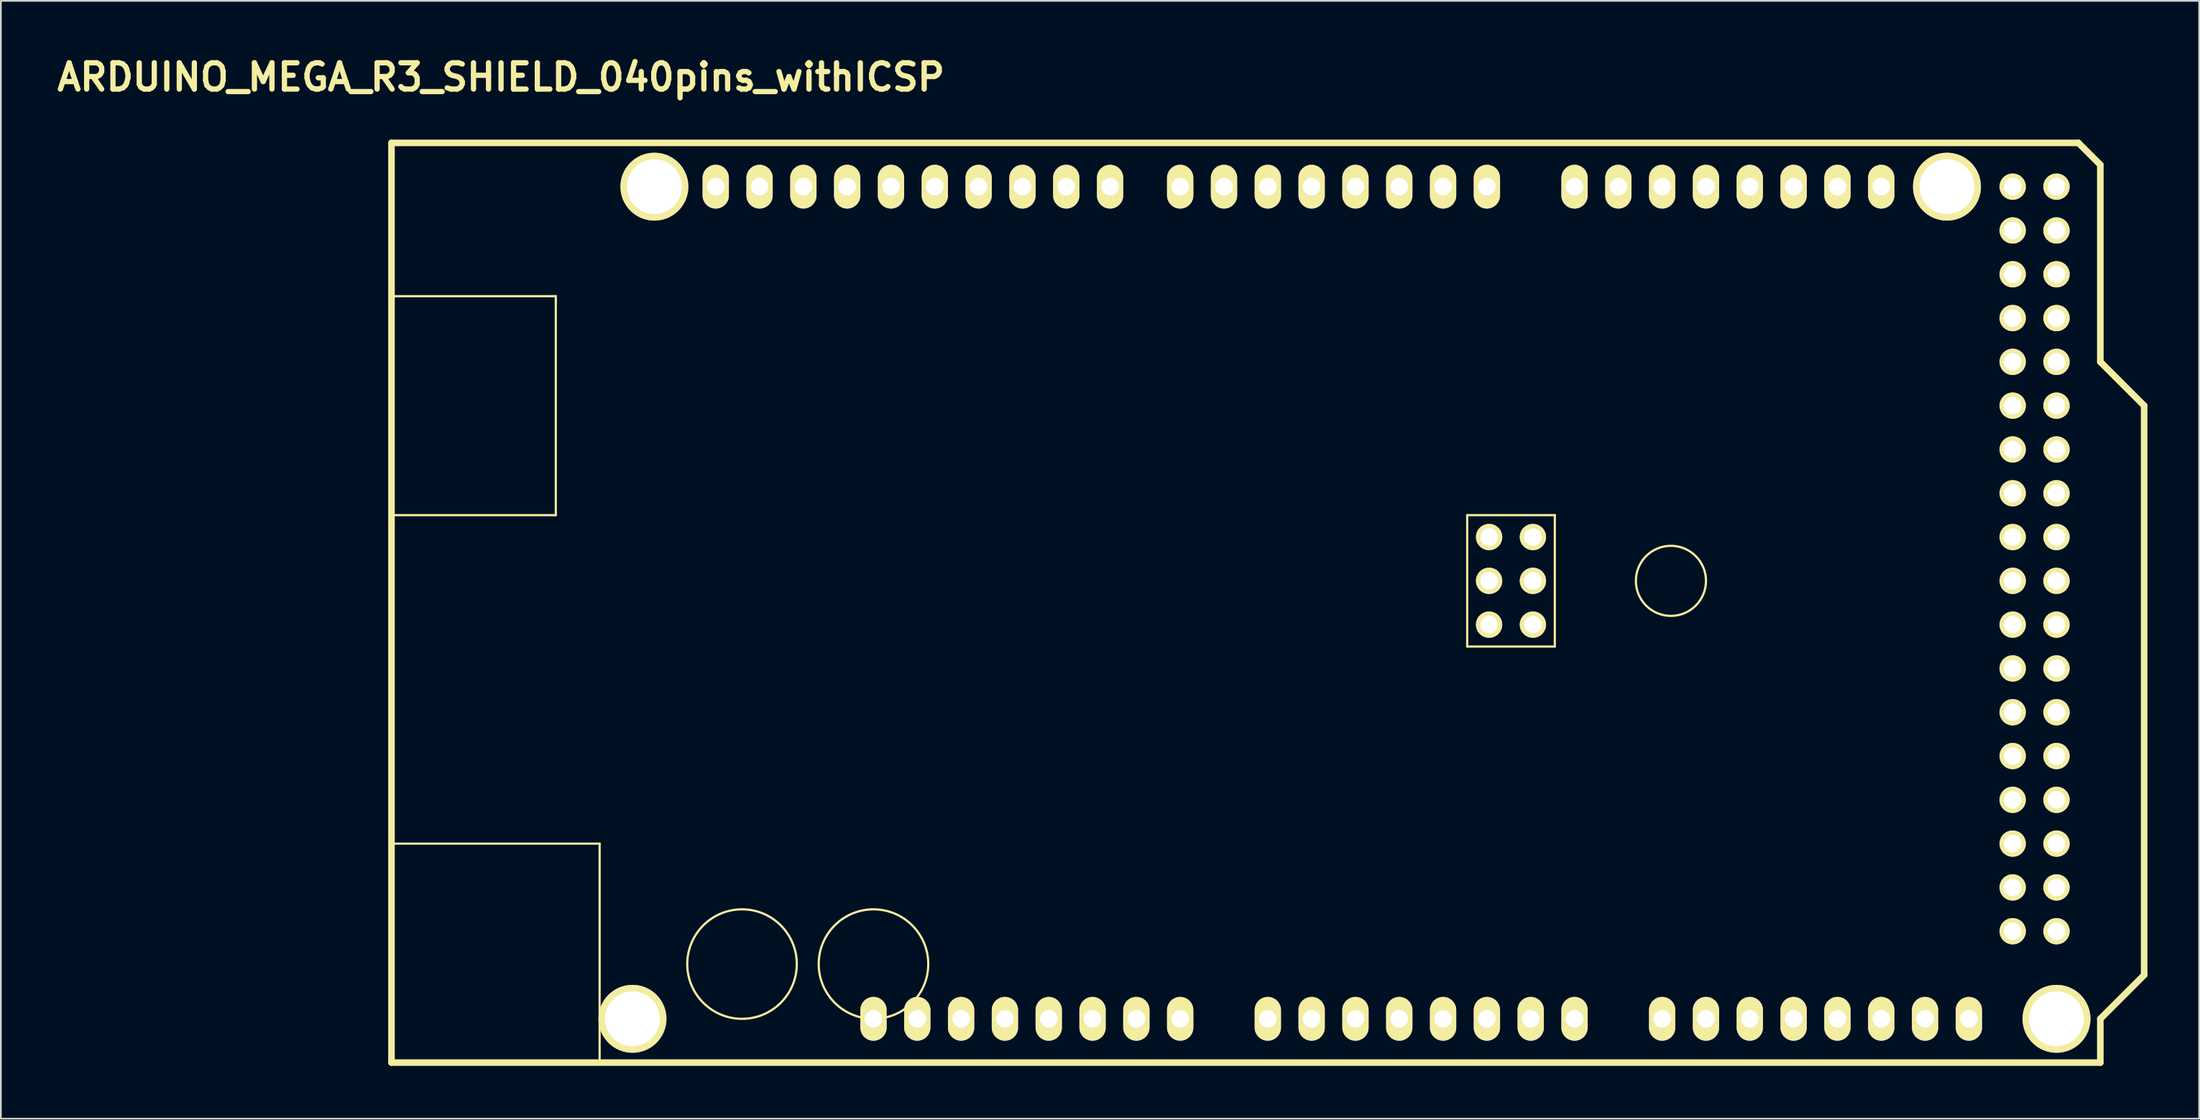
<source format=kicad_pcb>
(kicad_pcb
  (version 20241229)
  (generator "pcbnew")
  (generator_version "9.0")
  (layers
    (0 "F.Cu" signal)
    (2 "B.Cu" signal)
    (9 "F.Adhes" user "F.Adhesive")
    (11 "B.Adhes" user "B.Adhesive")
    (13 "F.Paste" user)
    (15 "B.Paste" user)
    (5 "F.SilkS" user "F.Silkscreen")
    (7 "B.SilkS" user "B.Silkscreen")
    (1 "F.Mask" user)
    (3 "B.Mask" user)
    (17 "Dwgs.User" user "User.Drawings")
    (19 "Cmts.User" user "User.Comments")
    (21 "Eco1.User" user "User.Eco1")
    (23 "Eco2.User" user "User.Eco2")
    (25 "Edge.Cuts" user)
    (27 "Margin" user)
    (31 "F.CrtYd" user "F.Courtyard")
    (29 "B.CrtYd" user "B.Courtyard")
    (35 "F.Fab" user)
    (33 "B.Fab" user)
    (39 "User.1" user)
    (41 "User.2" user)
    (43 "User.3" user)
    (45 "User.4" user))
  (footprint "ARDUINO_MEGA_R3_SHIELD_040pins_withICSP"
    (layer "F.Cu")
    (at 19.645 58.576)
    (property "Reference" "ARDUINO_MEGA_R3_SHIELD_040pins_withICSP" (at 6.35 -57.15 0) (layer "F.SilkS") (effects (font (size 1.524 1.524) (thickness 0.305))))
    (attr through_hole)
    (fp_line (start 0 -44.45) (end 9.525 -44.45) (stroke (width 0.127) (type solid)) (layer "F.SilkS"))
    (fp_line (start 0 -12.7) (end 12.065 -12.7) (stroke (width 0.127) (type solid)) (layer "F.SilkS"))
    (fp_line (start 0 0) (end 0 -53.34) (stroke (width 0.381) (type solid)) (layer "F.SilkS"))
    (fp_line (start 9.525 -44.45) (end 9.525 -31.75) (stroke (width 0.127) (type solid)) (layer "F.SilkS"))
    (fp_line (start 9.525 -31.75) (end 0 -31.75) (stroke (width 0.127) (type solid)) (layer "F.SilkS"))
    (fp_line (start 12.065 -12.7) (end 12.065 0) (stroke (width 0.127) (type solid)) (layer "F.SilkS"))
    (fp_line (start 62.357 -31.75) (end 62.357 -24.13) (stroke (width 0.127) (type solid)) (layer "F.SilkS"))
    (fp_line (start 62.357 -24.13) (end 67.437 -24.13) (stroke (width 0.127) (type solid)) (layer "F.SilkS"))
    (fp_line (start 67.437 -31.75) (end 62.357 -31.75) (stroke (width 0.127) (type solid)) (layer "F.SilkS"))
    (fp_line (start 67.437 -24.13) (end 67.437 -31.75) (stroke (width 0.127) (type solid)) (layer "F.SilkS"))
    (fp_line (start 97.79 -53.34) (end 0 -53.34) (stroke (width 0.381) (type solid)) (layer "F.SilkS"))
    (fp_line (start 99.06 -52.07) (end 97.79 -53.34) (stroke (width 0.381) (type solid)) (layer "F.SilkS"))
    (fp_line (start 99.06 -40.64) (end 99.06 -52.07) (stroke (width 0.381) (type solid)) (layer "F.SilkS"))
    (fp_line (start 99.06 -40.64) (end 101.6 -38.1) (stroke (width 0.381) (type solid)) (layer "F.SilkS"))
    (fp_line (start 99.06 -2.54) (end 99.06 0) (stroke (width 0.381) (type solid)) (layer "F.SilkS"))
    (fp_line (start 99.06 0) (end 0 0) (stroke (width 0.381) (type solid)) (layer "F.SilkS"))
    (fp_line (start 101.6 -38.1) (end 101.6 -5.08) (stroke (width 0.381) (type solid)) (layer "F.SilkS"))
    (fp_line (start 101.6 -5.08) (end 99.06 -2.54) (stroke (width 0.381) (type solid)) (layer "F.SilkS"))
    (fp_circle (center 20.32 -5.715) (end 23.495 -5.715) (stroke (width 0.127) (type solid)) (fill no) (layer "F.SilkS"))
    (fp_circle (center 27.94 -5.715) (end 31.115 -5.715) (stroke (width 0.127) (type solid)) (fill no) (layer "F.SilkS"))
    (fp_circle (center 74.168 -27.94) (end 76.2 -27.94) (stroke (width 0.127) (type solid)) (fill no) (layer "F.SilkS"))
    (pad "" thru_hole circle (at 13.97 -2.54 90) (size 3.937 3.937) (drill 3.175) (layers "*.Cu" "*.Mask" "F.SilkS"))
    (pad "" thru_hole circle (at 15.24 -50.8 90) (size 3.937 3.937) (drill 3.175) (layers "*.Cu" "*.Mask" "F.SilkS"))
    (pad "" thru_hole circle (at 90.17 -50.8 90) (size 3.937 3.937) (drill 3.175) (layers "*.Cu" "*.Mask" "F.SilkS"))
    (pad "" thru_hole circle (at 96.52 -2.54 90) (size 3.937 3.937) (drill 3.175) (layers "*.Cu" "*.Mask" "F.SilkS"))
    (pad "0" thru_hole oval (at 63.5 -50.8 90) (size 2.54 1.524) (drill 1.016) (layers "*.Cu" "*.Mask" "F.SilkS"))
    (pad "1" thru_hole oval (at 60.96 -50.8 90) (size 2.54 1.524) (drill 1.016) (layers "*.Cu" "*.Mask" "F.SilkS"))
    (pad "2" thru_hole oval (at 58.42 -50.8 90) (size 2.54 1.524) (drill 1.016) (layers "*.Cu" "*.Mask" "F.SilkS"))
    (pad "3" thru_hole oval (at 55.88 -50.8 90) (size 2.54 1.524) (drill 1.016) (layers "*.Cu" "*.Mask" "F.SilkS"))
    (pad "3V3" thru_hole oval (at 35.56 -2.54 90) (size 2.54 1.524) (drill 1.016) (layers "*.Cu" "*.Mask" "F.SilkS"))
    (pad "4" thru_hole oval (at 53.34 -50.8 90) (size 2.54 1.524) (drill 1.016) (layers "*.Cu" "*.Mask" "F.SilkS"))
    (pad "5" thru_hole oval (at 50.8 -50.8 90) (size 2.54 1.524) (drill 1.016) (layers "*.Cu" "*.Mask" "F.SilkS"))
    (pad "5V_1" thru_hole circle (at 93.98 -50.8) (size 1.524 1.524) (drill 1.016) (layers "*.Cu" "*.Mask" "F.SilkS"))
    (pad "5V_2" thru_hole circle (at 96.52 -50.8) (size 1.524 1.524) (drill 1.016) (layers "*.Cu" "*.Mask" "F.SilkS"))
    (pad "5V_3" thru_hole oval (at 38.1 -2.54 90) (size 2.54 1.524) (drill 1.016) (layers "*.Cu" "*.Mask" "F.SilkS"))
    (pad "6" thru_hole oval (at 48.26 -50.8 90) (size 2.54 1.524) (drill 1.016) (layers "*.Cu" "*.Mask" "F.SilkS"))
    (pad "7" thru_hole oval (at 45.72 -50.8 90) (size 2.54 1.524) (drill 1.016) (layers "*.Cu" "*.Mask" "F.SilkS"))
    (pad "8" thru_hole oval (at 41.656 -50.8 90) (size 2.54 1.524) (drill 1.016) (layers "*.Cu" "*.Mask" "F.SilkS"))
    (pad "9" thru_hole oval (at 39.116 -50.8 90) (size 2.54 1.524) (drill 1.016) (layers "*.Cu" "*.Mask" "F.SilkS"))
    (pad "10" thru_hole oval (at 36.576 -50.8 90) (size 2.54 1.524) (drill 1.016) (layers "*.Cu" "*.Mask" "F.SilkS"))
    (pad "11" thru_hole oval (at 34.036 -50.8 90) (size 2.54 1.524) (drill 1.016) (layers "*.Cu" "*.Mask" "F.SilkS"))
    (pad "12" thru_hole oval (at 31.496 -50.8 90) (size 2.54 1.524) (drill 1.016) (layers "*.Cu" "*.Mask" "F.SilkS"))
    (pad "13" thru_hole oval (at 28.956 -50.8 90) (size 2.54 1.524) (drill 1.016) (layers "*.Cu" "*.Mask" "F.SilkS"))
    (pad "14" thru_hole oval (at 68.58 -50.8 90) (size 2.54 1.524) (drill 1.016) (layers "*.Cu" "*.Mask" "F.SilkS"))
    (pad "15" thru_hole oval (at 71.12 -50.8 90) (size 2.54 1.524) (drill 1.016) (layers "*.Cu" "*.Mask" "F.SilkS"))
    (pad "16" thru_hole oval (at 73.66 -50.8 90) (size 2.54 1.524) (drill 1.016) (layers "*.Cu" "*.Mask" "F.SilkS"))
    (pad "17" thru_hole oval (at 76.2 -50.8 90) (size 2.54 1.524) (drill 1.016) (layers "*.Cu" "*.Mask" "F.SilkS"))
    (pad "18" thru_hole oval (at 78.74 -50.8 90) (size 2.54 1.524) (drill 1.016) (layers "*.Cu" "*.Mask" "F.SilkS"))
    (pad "19" thru_hole oval (at 81.28 -50.8 90) (size 2.54 1.524) (drill 1.016) (layers "*.Cu" "*.Mask" "F.SilkS"))
    (pad "20" thru_hole oval (at 83.82 -50.8 90) (size 2.54 1.524) (drill 1.016) (layers "*.Cu" "*.Mask" "F.SilkS"))
    (pad "21" thru_hole oval (at 86.36 -50.8 90) (size 2.54 1.524) (drill 1.016) (layers "*.Cu" "*.Mask" "F.SilkS"))
    (pad "22" thru_hole circle (at 93.98 -48.26) (size 1.524 1.524) (drill 1.016) (layers "*.Cu" "*.Mask" "F.SilkS"))
    (pad "23" thru_hole circle (at 96.52 -48.26) (size 1.524 1.524) (drill 1.016) (layers "*.Cu" "*.Mask" "F.SilkS"))
    (pad "24" thru_hole circle (at 93.98 -45.72) (size 1.524 1.524) (drill 1.016) (layers "*.Cu" "*.Mask" "F.SilkS"))
    (pad "25" thru_hole circle (at 96.52 -45.72) (size 1.524 1.524) (drill 1.016) (layers "*.Cu" "*.Mask" "F.SilkS"))
    (pad "26" thru_hole circle (at 93.98 -43.18) (size 1.524 1.524) (drill 1.016) (layers "*.Cu" "*.Mask" "F.SilkS"))
    (pad "27" thru_hole circle (at 96.52 -43.18) (size 1.524 1.524) (drill 1.016) (layers "*.Cu" "*.Mask" "F.SilkS"))
    (pad "28" thru_hole circle (at 93.98 -40.64) (size 1.524 1.524) (drill 1.016) (layers "*.Cu" "*.Mask" "F.SilkS"))
    (pad "29" thru_hole circle (at 96.52 -40.64) (size 1.524 1.524) (drill 1.016) (layers "*.Cu" "*.Mask" "F.SilkS"))
    (pad "30" thru_hole circle (at 93.98 -38.1) (size 1.524 1.524) (drill 1.016) (layers "*.Cu" "*.Mask" "F.SilkS"))
    (pad "31" thru_hole circle (at 96.52 -38.1) (size 1.524 1.524) (drill 1.016) (layers "*.Cu" "*.Mask" "F.SilkS"))
    (pad "32" thru_hole circle (at 93.98 -35.56) (size 1.524 1.524) (drill 1.016) (layers "*.Cu" "*.Mask" "F.SilkS"))
    (pad "33" thru_hole circle (at 96.52 -35.56) (size 1.524 1.524) (drill 1.016) (layers "*.Cu" "*.Mask" "F.SilkS"))
    (pad "34" thru_hole circle (at 93.98 -33.02) (size 1.524 1.524) (drill 1.016) (layers "*.Cu" "*.Mask" "F.SilkS"))
    (pad "35" thru_hole circle (at 96.52 -33.02) (size 1.524 1.524) (drill 1.016) (layers "*.Cu" "*.Mask" "F.SilkS"))
    (pad "36" thru_hole circle (at 93.98 -30.48) (size 1.524 1.524) (drill 1.016) (layers "*.Cu" "*.Mask" "F.SilkS"))
    (pad "37" thru_hole circle (at 96.52 -30.48) (size 1.524 1.524) (drill 1.016) (layers "*.Cu" "*.Mask" "F.SilkS"))
    (pad "38" thru_hole circle (at 93.98 -27.94) (size 1.524 1.524) (drill 1.016) (layers "*.Cu" "*.Mask" "F.SilkS"))
    (pad "39" thru_hole circle (at 96.52 -27.94) (size 1.524 1.524) (drill 1.016) (layers "*.Cu" "*.Mask" "F.SilkS"))
    (pad "40" thru_hole circle (at 93.98 -25.4) (size 1.524 1.524) (drill 1.016) (layers "*.Cu" "*.Mask" "F.SilkS"))
    (pad "41" thru_hole circle (at 96.52 -25.4) (size 1.524 1.524) (drill 1.016) (layers "*.Cu" "*.Mask" "F.SilkS"))
    (pad "42" thru_hole circle (at 93.98 -22.86) (size 1.524 1.524) (drill 1.016) (layers "*.Cu" "*.Mask" "F.SilkS"))
    (pad "43" thru_hole circle (at 96.52 -22.86) (size 1.524 1.524) (drill 1.016) (layers "*.Cu" "*.Mask" "F.SilkS"))
    (pad "44" thru_hole circle (at 93.98 -20.32) (size 1.524 1.524) (drill 1.016) (layers "*.Cu" "*.Mask" "F.SilkS"))
    (pad "45" thru_hole circle (at 96.52 -20.32) (size 1.524 1.524) (drill 1.016) (layers "*.Cu" "*.Mask" "F.SilkS"))
    (pad "46" thru_hole circle (at 93.98 -17.78) (size 1.524 1.524) (drill 1.016) (layers "*.Cu" "*.Mask" "F.SilkS"))
    (pad "47" thru_hole circle (at 96.52 -17.78) (size 1.524 1.524) (drill 1.016) (layers "*.Cu" "*.Mask" "F.SilkS"))
    (pad "48" thru_hole circle (at 93.98 -15.24) (size 1.524 1.524) (drill 1.016) (layers "*.Cu" "*.Mask" "F.SilkS"))
    (pad "49" thru_hole circle (at 96.52 -15.24) (size 1.524 1.524) (drill 1.016) (layers "*.Cu" "*.Mask" "F.SilkS"))
    (pad "50" thru_hole circle (at 93.98 -12.7) (size 1.524 1.524) (drill 1.016) (layers "*.Cu" "*.Mask" "F.SilkS"))
    (pad "51" thru_hole circle (at 96.52 -12.7) (size 1.524 1.524) (drill 1.016) (layers "*.Cu" "*.Mask" "F.SilkS"))
    (pad "52" thru_hole circle (at 93.98 -10.16) (size 1.524 1.524) (drill 1.016) (layers "*.Cu" "*.Mask" "F.SilkS"))
    (pad "53" thru_hole circle (at 96.52 -10.16) (size 1.524 1.524) (drill 1.016) (layers "*.Cu" "*.Mask" "F.SilkS"))
    (pad "61" thru_hole circle (at 66.167 -25.4) (size 1.524 1.524) (drill 1.016) (layers "*.Cu" "*.Mask" "F.SilkS"))
    (pad "62" thru_hole circle (at 66.167 -27.94) (size 1.524 1.524) (drill 1.016) (layers "*.Cu" "*.Mask" "F.SilkS"))
    (pad "63" thru_hole circle (at 66.167 -30.48) (size 1.524 1.524) (drill 1.016) (layers "*.Cu" "*.Mask" "F.SilkS"))
    (pad "64" thru_hole circle (at 63.627 -25.4) (size 1.524 1.524) (drill 1.016) (layers "*.Cu" "*.Mask" "F.SilkS"))
    (pad "65" thru_hole circle (at 63.627 -27.94) (size 1.524 1.524) (drill 1.016) (layers "*.Cu" "*.Mask" "F.SilkS"))
    (pad "66" thru_hole circle (at 63.627 -30.48) (size 1.524 1.524) (drill 1.016) (layers "*.Cu" "*.Mask" "F.SilkS"))
    (pad "A0" thru_hole oval (at 50.8 -2.54 90) (size 2.54 1.524) (drill 1.016) (layers "*.Cu" "*.Mask" "F.SilkS"))
    (pad "A1" thru_hole oval (at 53.34 -2.54 90) (size 2.54 1.524) (drill 1.016) (layers "*.Cu" "*.Mask" "F.SilkS"))
    (pad "A2" thru_hole oval (at 55.88 -2.54 90) (size 2.54 1.524) (drill 1.016) (layers "*.Cu" "*.Mask" "F.SilkS"))
    (pad "A3" thru_hole oval (at 58.42 -2.54 90) (size 2.54 1.524) (drill 1.016) (layers "*.Cu" "*.Mask" "F.SilkS"))
    (pad "A4" thru_hole oval (at 60.96 -2.54 90) (size 2.54 1.524) (drill 1.016) (layers "*.Cu" "*.Mask" "F.SilkS"))
    (pad "A5" thru_hole oval (at 63.5 -2.54 90) (size 2.54 1.524) (drill 1.016) (layers "*.Cu" "*.Mask" "F.SilkS"))
    (pad "A6" thru_hole oval (at 66.04 -2.54 90) (size 2.54 1.524) (drill 1.016) (layers "*.Cu" "*.Mask" "F.SilkS"))
    (pad "A7" thru_hole oval (at 68.58 -2.54 90) (size 2.54 1.524) (drill 1.016) (layers "*.Cu" "*.Mask" "F.SilkS"))
    (pad "A8" thru_hole oval (at 73.66 -2.54 90) (size 2.54 1.524) (drill 1.016) (layers "*.Cu" "*.Mask" "F.SilkS"))
    (pad "A9" thru_hole oval (at 76.2 -2.54 90) (size 2.54 1.524) (drill 1.016) (layers "*.Cu" "*.Mask" "F.SilkS"))
    (pad "A10" thru_hole oval (at 78.74 -2.54 90) (size 2.54 1.524) (drill 1.016) (layers "*.Cu" "*.Mask" "F.SilkS"))
    (pad "A11" thru_hole oval (at 81.28 -2.54 90) (size 2.54 1.524) (drill 1.016) (layers "*.Cu" "*.Mask" "F.SilkS"))
    (pad "A12" thru_hole oval (at 83.82 -2.54 90) (size 2.54 1.524) (drill 1.016) (layers "*.Cu" "*.Mask" "F.SilkS"))
    (pad "A13" thru_hole oval (at 86.36 -2.54 90) (size 2.54 1.524) (drill 1.016) (layers "*.Cu" "*.Mask" "F.SilkS"))
    (pad "A14" thru_hole oval (at 88.9 -2.54 90) (size 2.54 1.524) (drill 1.016) (layers "*.Cu" "*.Mask" "F.SilkS"))
    (pad "A15" thru_hole oval (at 91.44 -2.54 90) (size 2.54 1.524) (drill 1.016) (layers "*.Cu" "*.Mask" "F.SilkS"))
    (pad "AREF" thru_hole oval (at 23.876 -50.8 90) (size 2.54 1.524) (drill 1.016) (layers "*.Cu" "*.Mask" "F.SilkS"))
    (pad "DGND" thru_hole circle (at 93.98 -7.62) (size 1.524 1.524) (drill 1.016) (layers "*.Cu" "*.Mask" "F.SilkS"))
    (pad "DGND" thru_hole circle (at 96.52 -7.62) (size 1.524 1.524) (drill 1.016) (layers "*.Cu" "*.Mask" "F.SilkS"))
    (pad "GND1" thru_hole oval (at 26.416 -50.8 90) (size 2.54 1.524) (drill 1.016) (layers "*.Cu" "*.Mask" "F.SilkS"))
    (pad "GND4" thru_hole oval (at 43.18 -2.54 90) (size 2.54 1.524) (drill 1.016) (layers "*.Cu" "*.Mask" "F.SilkS"))
    (pad "GND5" thru_hole oval (at 40.64 -2.54 90) (size 2.54 1.524) (drill 1.016) (layers "*.Cu" "*.Mask" "F.SilkS"))
    (pad "IORF" thru_hole oval (at 30.48 -2.54 90) (size 2.54 1.524) (drill 1.016) (layers "*.Cu" "*.Mask" "F.SilkS"))
    (pad "NC" thru_hole oval (at 27.94 -2.54 90) (size 2.54 1.524) (drill 1.016) (layers "*.Cu" "*.Mask" "F.SilkS"))
    (pad "RST" thru_hole oval (at 33.02 -2.54 90) (size 2.54 1.524) (drill 1.016) (layers "*.Cu" "*.Mask" "F.SilkS"))
    (pad "SCL" thru_hole oval (at 18.796 -50.8 90) (size 2.54 1.524) (drill 1.016) (layers "*.Cu" "*.Mask" "F.SilkS"))
    (pad "SDA" thru_hole oval (at 21.336 -50.8 90) (size 2.54 1.524) (drill 1.016) (layers "*.Cu" "*.Mask" "F.SilkS"))
    (pad "VIN" thru_hole oval (at 45.72 -2.54 90) (size 2.54 1.524) (drill 1.016) (layers "*.Cu" "*.Mask" "F.SilkS")))
  (gr_rect
    (start -3 -3)
    (end 124.436 61.826)
    (stroke (width 0.1) (type default))
    (fill no)
    (layer "Edge.Cuts")))
</source>
